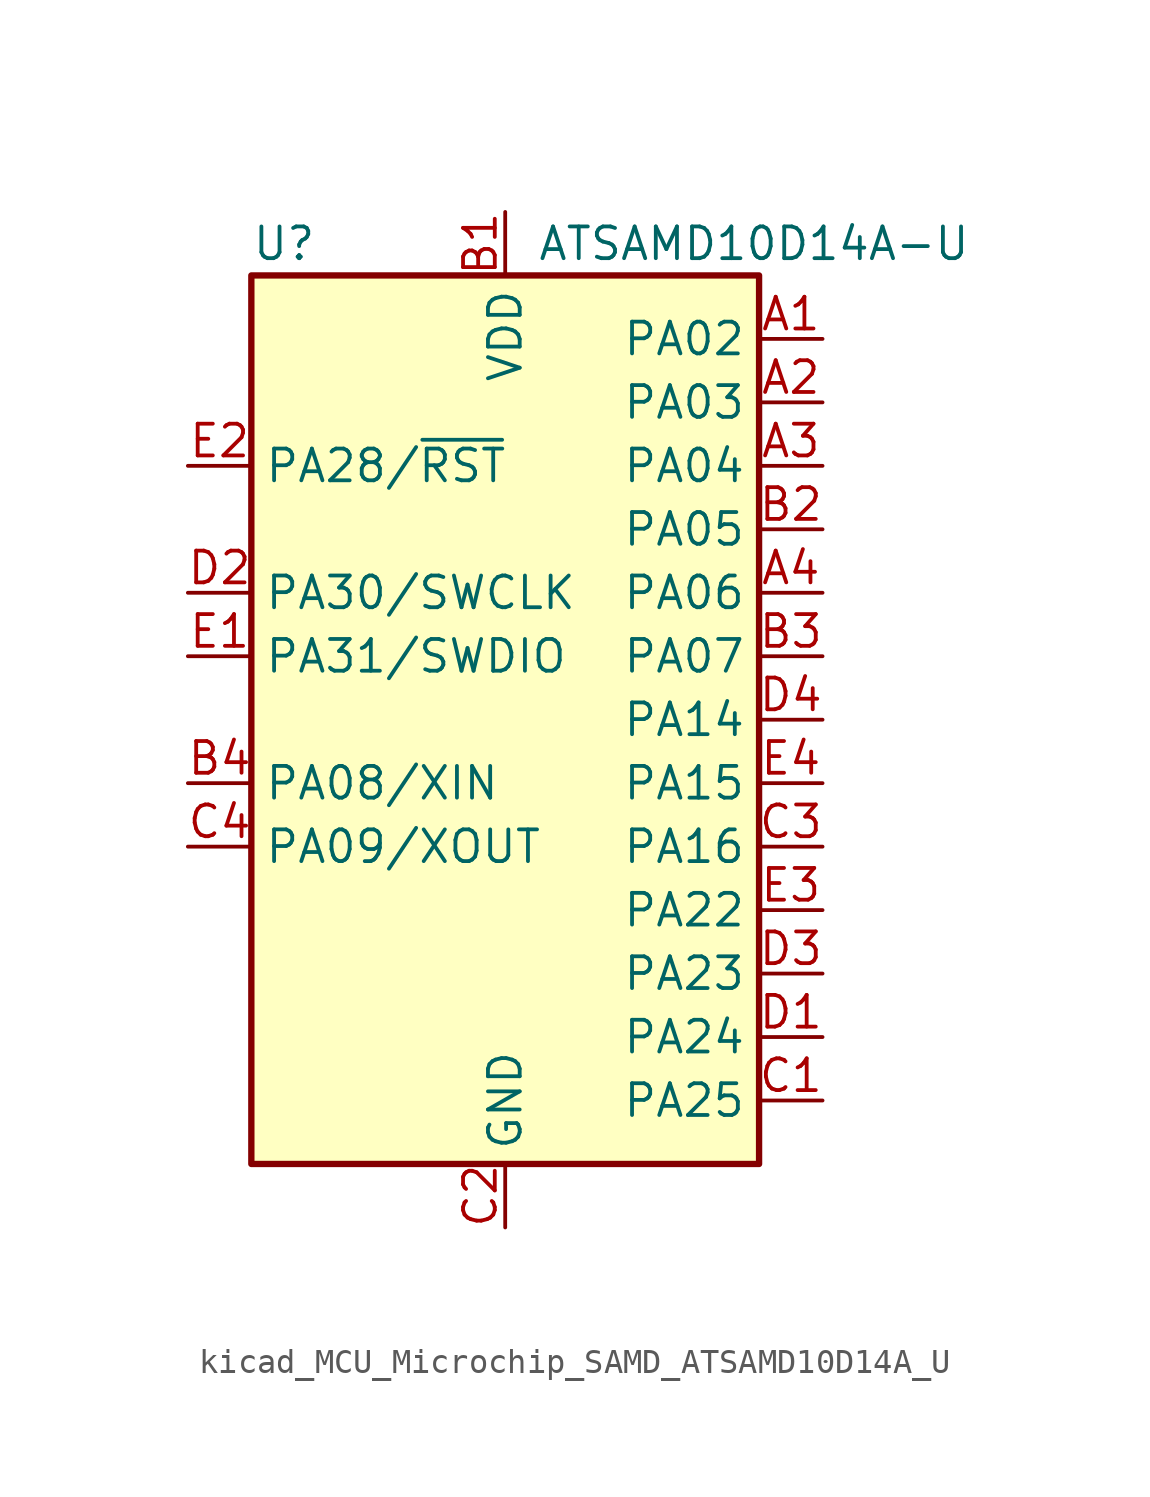
<source format=kicad_sym>
(kicad_symbol_lib
  (version 20220914)
  (generator kicad_symbol_editor)
  (symbol "kicad_MCU_Microchip_SAMD_ATSAMD10D14A_U"
    (property "Reference" "U"
      (at -10.16 19.05 0)
      (effects (font (size 1.27 1.27)) (justify left)))
    (property "Value" "ATSAMD10D14A-U"
      (at 1.27 19.05 0)
      (effects (font (size 1.27 1.27)) (justify left)))
    (symbol "kicad_MCU_Microchip_SAMD_ATSAMD10D14A_U_0_1"
      (rectangle (start -10.16 17.78) (end 10.16 -17.78) (stroke (width 0.254) (type default)) (fill (type background))))
    (symbol "kicad_MCU_Microchip_SAMD_ATSAMD10D14A_U_1_1"
      (pin bidirectional line (at 12.7 15.24 180) (length 2.54) (name "PA02" (effects (font (size 1.27 1.27)))) (number "A1" (effects (font (size 1.27 1.27)))))
      (pin bidirectional line (at 12.7 12.7 180) (length 2.54) (name "PA03" (effects (font (size 1.27 1.27)))) (number "A2" (effects (font (size 1.27 1.27)))))
      (pin bidirectional line (at 12.7 10.16 180) (length 2.54) (name "PA04" (effects (font (size 1.27 1.27)))) (number "A3" (effects (font (size 1.27 1.27)))))
      (pin bidirectional line (at 12.7 5.08 180) (length 2.54) (name "PA06" (effects (font (size 1.27 1.27)))) (number "A4" (effects (font (size 1.27 1.27)))))
      (pin power_in line (at 0 20.32 270) (length 2.54) (name "VDD" (effects (font (size 1.27 1.27)))) (number "B1" (effects (font (size 1.27 1.27)))))
      (pin bidirectional line (at 12.7 7.62 180) (length 2.54) (name "PA05" (effects (font (size 1.27 1.27)))) (number "B2" (effects (font (size 1.27 1.27)))))
      (pin bidirectional line (at 12.7 2.54 180) (length 2.54) (name "PA07" (effects (font (size 1.27 1.27)))) (number "B3" (effects (font (size 1.27 1.27)))))
      (pin bidirectional line (at -12.7 -2.54 0) (length 2.54) (name "PA08/XIN" (effects (font (size 1.27 1.27)))) (number "B4" (effects (font (size 1.27 1.27)))))
      (pin bidirectional line (at 12.7 -15.24 180) (length 2.54) (name "PA25" (effects (font (size 1.27 1.27)))) (number "C1" (effects (font (size 1.27 1.27)))))
      (pin power_in line (at 0 -20.32 90) (length 2.54) (name "GND" (effects (font (size 1.27 1.27)))) (number "C2" (effects (font (size 1.27 1.27)))))
      (pin bidirectional line (at 12.7 -5.08 180) (length 2.54) (name "PA16" (effects (font (size 1.27 1.27)))) (number "C3" (effects (font (size 1.27 1.27)))))
      (pin bidirectional line (at -12.7 -5.08 0) (length 2.54) (name "PA09/XOUT" (effects (font (size 1.27 1.27)))) (number "C4" (effects (font (size 1.27 1.27)))))
      (pin bidirectional line (at 12.7 -12.7 180) (length 2.54) (name "PA24" (effects (font (size 1.27 1.27)))) (number "D1" (effects (font (size 1.27 1.27)))))
      (pin bidirectional line (at -12.7 5.08 0) (length 2.54) (name "PA30/SWCLK" (effects (font (size 1.27 1.27)))) (number "D2" (effects (font (size 1.27 1.27)))))
      (pin bidirectional line (at 12.7 -10.16 180) (length 2.54) (name "PA23" (effects (font (size 1.27 1.27)))) (number "D3" (effects (font (size 1.27 1.27)))))
      (pin bidirectional line (at 12.7 0 180) (length 2.54) (name "PA14" (effects (font (size 1.27 1.27)))) (number "D4" (effects (font (size 1.27 1.27)))))
      (pin bidirectional line (at -12.7 2.54 0) (length 2.54) (name "PA31/SWDIO" (effects (font (size 1.27 1.27)))) (number "E1" (effects (font (size 1.27 1.27)))))
      (pin bidirectional line (at -12.7 10.16 0) (length 2.54) (name "PA28/~{RST}" (effects (font (size 1.27 1.27)))) (number "E2" (effects (font (size 1.27 1.27)))))
      (pin bidirectional line (at 12.7 -7.62 180) (length 2.54) (name "PA22" (effects (font (size 1.27 1.27)))) (number "E3" (effects (font (size 1.27 1.27)))))
      (pin bidirectional line (at 12.7 -2.54 180) (length 2.54) (name "PA15" (effects (font (size 1.27 1.27)))) (number "E4" (effects (font (size 1.27 1.27))))))))
</source>
